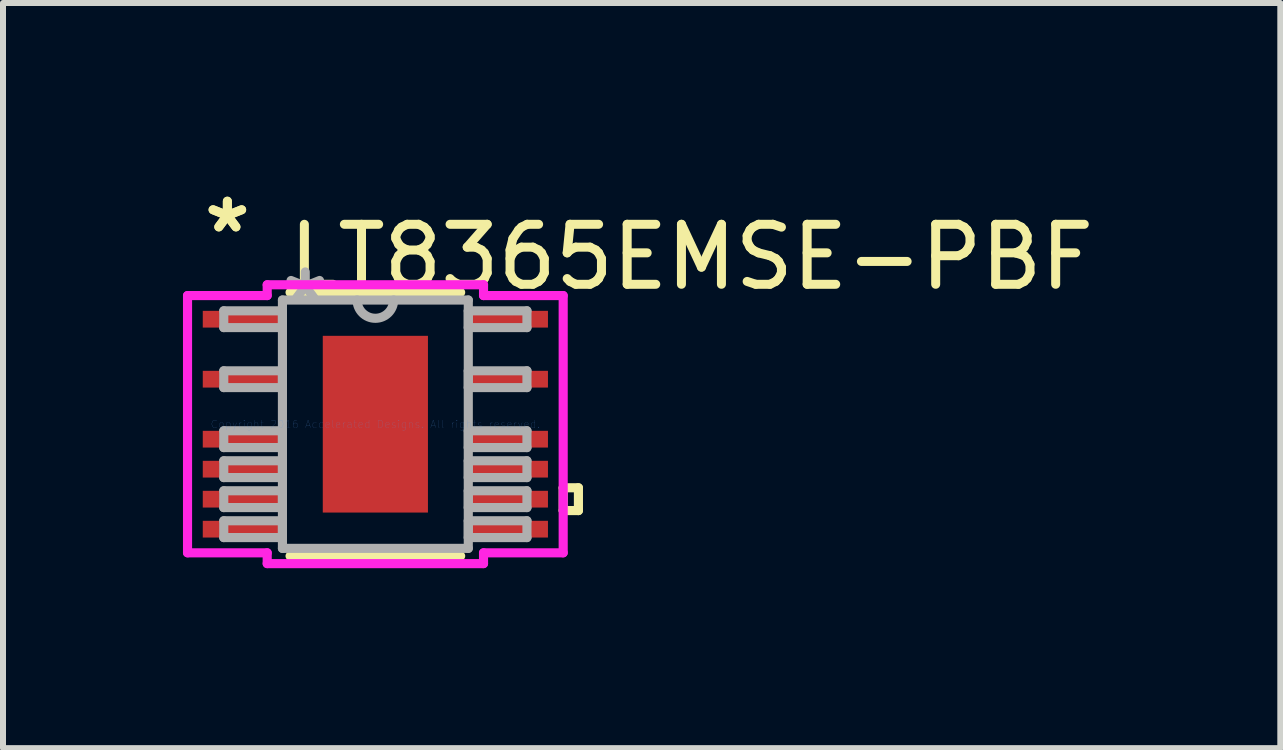
<source format=kicad_pcb>
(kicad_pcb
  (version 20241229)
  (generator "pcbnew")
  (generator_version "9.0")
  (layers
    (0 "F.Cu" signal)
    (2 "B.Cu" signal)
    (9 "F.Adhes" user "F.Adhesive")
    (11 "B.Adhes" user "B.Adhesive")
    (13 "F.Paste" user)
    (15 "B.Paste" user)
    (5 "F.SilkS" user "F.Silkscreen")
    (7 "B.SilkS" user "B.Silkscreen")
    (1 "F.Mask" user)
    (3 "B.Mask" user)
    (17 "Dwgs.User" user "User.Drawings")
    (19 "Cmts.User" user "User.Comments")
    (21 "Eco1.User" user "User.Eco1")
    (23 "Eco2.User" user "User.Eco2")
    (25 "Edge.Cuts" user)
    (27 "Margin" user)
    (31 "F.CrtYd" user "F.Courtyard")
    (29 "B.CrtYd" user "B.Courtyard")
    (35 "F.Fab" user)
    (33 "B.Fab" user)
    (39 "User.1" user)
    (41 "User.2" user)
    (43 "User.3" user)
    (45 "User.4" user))
  (footprint "LT8365EMSE-PBF"
    (layer "F.Cu")
    (at 3.207 4.021)
    (property "Reference" "LT8365EMSE-PBF" (at 5.269 -2.787 0) (layer "F.SilkS") (effects (font (size 1 1) (thickness 0.15))))
    (attr through_hole)
    (fp_line (start -1.422 2.197) (end 1.422 2.197) (stroke (width 0.152) (type solid)) (layer "F.SilkS"))
    (fp_line (start 1.422 -2.197) (end -1.422 -2.197) (stroke (width 0.152) (type solid)) (layer "F.SilkS"))
    (fp_line (start 3.131 1.06) (end 3.385 1.06) (stroke (width 0.152) (type solid)) (layer "F.SilkS"))
    (fp_line (start 3.131 1.44) (end 3.131 1.06) (stroke (width 0.152) (type solid)) (layer "F.SilkS"))
    (fp_line (start 3.385 1.06) (end 3.385 1.44) (stroke (width 0.152) (type solid)) (layer "F.SilkS"))
    (fp_line (start 3.385 1.44) (end 3.131 1.44) (stroke (width 0.152) (type solid)) (layer "F.SilkS"))
    (fp_line (start -0.776 -1.373) (end -0.776 -0.1) (stroke (width 0.152) (type solid)) (layer "F.Paste"))
    (fp_line (start -0.776 -0.1) (end 0.776 -0.1) (stroke (width 0.152) (type solid)) (layer "F.Paste"))
    (fp_line (start -0.776 0.1) (end -0.776 1.373) (stroke (width 0.152) (type solid)) (layer "F.Paste"))
    (fp_line (start -0.776 1.373) (end 0.776 1.373) (stroke (width 0.152) (type solid)) (layer "F.Paste"))
    (fp_line (start 0.776 -1.373) (end -0.776 -1.373) (stroke (width 0.152) (type solid)) (layer "F.Paste"))
    (fp_line (start 0.776 -0.1) (end 0.776 -1.373) (stroke (width 0.152) (type solid)) (layer "F.Paste"))
    (fp_line (start 0.776 0.1) (end -0.776 0.1) (stroke (width 0.152) (type solid)) (layer "F.Paste"))
    (fp_line (start 0.776 1.373) (end 0.776 0.1) (stroke (width 0.152) (type solid)) (layer "F.Paste"))
    (fp_line (start -3.131 -2.144) (end -1.803 -2.144) (stroke (width 0.152) (type solid)) (layer "F.CrtYd"))
    (fp_line (start -3.131 2.144) (end -3.131 -2.144) (stroke (width 0.152) (type solid)) (layer "F.CrtYd"))
    (fp_line (start -1.803 -2.324) (end 1.803 -2.324) (stroke (width 0.152) (type solid)) (layer "F.CrtYd"))
    (fp_line (start -1.803 -2.144) (end -1.803 -2.324) (stroke (width 0.152) (type solid)) (layer "F.CrtYd"))
    (fp_line (start -1.803 2.144) (end -3.131 2.144) (stroke (width 0.152) (type solid)) (layer "F.CrtYd"))
    (fp_line (start -1.803 2.324) (end -1.803 2.144) (stroke (width 0.152) (type solid)) (layer "F.CrtYd"))
    (fp_line (start 1.803 -2.324) (end 1.803 -2.144) (stroke (width 0.152) (type solid)) (layer "F.CrtYd"))
    (fp_line (start 1.803 -2.144) (end 3.131 -2.144) (stroke (width 0.152) (type solid)) (layer "F.CrtYd"))
    (fp_line (start 1.803 2.144) (end 1.803 2.324) (stroke (width 0.152) (type solid)) (layer "F.CrtYd"))
    (fp_line (start 1.803 2.324) (end -1.803 2.324) (stroke (width 0.152) (type solid)) (layer "F.CrtYd"))
    (fp_line (start 3.131 -2.144) (end 3.131 2.144) (stroke (width 0.152) (type solid)) (layer "F.CrtYd"))
    (fp_line (start 3.131 2.144) (end 1.803 2.144) (stroke (width 0.152) (type solid)) (layer "F.CrtYd"))
    (fp_line (start -2.527 -1.89) (end -2.527 -1.61) (stroke (width 0.152) (type solid)) (layer "F.Fab"))
    (fp_line (start -2.527 -1.61) (end -1.549 -1.61) (stroke (width 0.152) (type solid)) (layer "F.Fab"))
    (fp_line (start -2.527 -0.89) (end -2.527 -0.61) (stroke (width 0.152) (type solid)) (layer "F.Fab"))
    (fp_line (start -2.527 -0.61) (end -1.549 -0.61) (stroke (width 0.152) (type solid)) (layer "F.Fab"))
    (fp_line (start -2.527 0.11) (end -2.527 0.39) (stroke (width 0.152) (type solid)) (layer "F.Fab"))
    (fp_line (start -2.527 0.39) (end -1.549 0.39) (stroke (width 0.152) (type solid)) (layer "F.Fab"))
    (fp_line (start -2.527 0.61) (end -2.527 0.89) (stroke (width 0.152) (type solid)) (layer "F.Fab"))
    (fp_line (start -2.527 0.89) (end -1.549 0.89) (stroke (width 0.152) (type solid)) (layer "F.Fab"))
    (fp_line (start -2.527 1.11) (end -2.527 1.39) (stroke (width 0.152) (type solid)) (layer "F.Fab"))
    (fp_line (start -2.527 1.39) (end -1.549 1.39) (stroke (width 0.152) (type solid)) (layer "F.Fab"))
    (fp_line (start -2.527 1.61) (end -2.527 1.89) (stroke (width 0.152) (type solid)) (layer "F.Fab"))
    (fp_line (start -2.527 1.89) (end -1.549 1.89) (stroke (width 0.152) (type solid)) (layer "F.Fab"))
    (fp_line (start -1.549 -2.07) (end -1.549 2.07) (stroke (width 0.152) (type solid)) (layer "F.Fab"))
    (fp_line (start -1.549 -1.89) (end -2.527 -1.89) (stroke (width 0.152) (type solid)) (layer "F.Fab"))
    (fp_line (start -1.549 -1.61) (end -1.549 -1.89) (stroke (width 0.152) (type solid)) (layer "F.Fab"))
    (fp_line (start -1.549 -0.89) (end -2.527 -0.89) (stroke (width 0.152) (type solid)) (layer "F.Fab"))
    (fp_line (start -1.549 -0.61) (end -1.549 -0.89) (stroke (width 0.152) (type solid)) (layer "F.Fab"))
    (fp_line (start -1.549 0.11) (end -2.527 0.11) (stroke (width 0.152) (type solid)) (layer "F.Fab"))
    (fp_line (start -1.549 0.39) (end -1.549 0.11) (stroke (width 0.152) (type solid)) (layer "F.Fab"))
    (fp_line (start -1.549 0.61) (end -2.527 0.61) (stroke (width 0.152) (type solid)) (layer "F.Fab"))
    (fp_line (start -1.549 0.89) (end -1.549 0.61) (stroke (width 0.152) (type solid)) (layer "F.Fab"))
    (fp_line (start -1.549 1.11) (end -2.527 1.11) (stroke (width 0.152) (type solid)) (layer "F.Fab"))
    (fp_line (start -1.549 1.39) (end -1.549 1.11) (stroke (width 0.152) (type solid)) (layer "F.Fab"))
    (fp_line (start -1.549 1.61) (end -2.527 1.61) (stroke (width 0.152) (type solid)) (layer "F.Fab"))
    (fp_line (start -1.549 1.89) (end -1.549 1.61) (stroke (width 0.152) (type solid)) (layer "F.Fab"))
    (fp_line (start -1.549 2.07) (end 1.549 2.07) (stroke (width 0.152) (type solid)) (layer "F.Fab"))
    (fp_line (start 1.549 -2.07) (end -1.549 -2.07) (stroke (width 0.152) (type solid)) (layer "F.Fab"))
    (fp_line (start 1.549 -1.89) (end 1.549 -1.61) (stroke (width 0.152) (type solid)) (layer "F.Fab"))
    (fp_line (start 1.549 -1.61) (end 2.527 -1.61) (stroke (width 0.152) (type solid)) (layer "F.Fab"))
    (fp_line (start 1.549 -0.89) (end 1.549 -0.61) (stroke (width 0.152) (type solid)) (layer "F.Fab"))
    (fp_line (start 1.549 -0.61) (end 2.527 -0.61) (stroke (width 0.152) (type solid)) (layer "F.Fab"))
    (fp_line (start 1.549 0.11) (end 1.549 0.39) (stroke (width 0.152) (type solid)) (layer "F.Fab"))
    (fp_line (start 1.549 0.39) (end 2.527 0.39) (stroke (width 0.152) (type solid)) (layer "F.Fab"))
    (fp_line (start 1.549 0.61) (end 1.549 0.89) (stroke (width 0.152) (type solid)) (layer "F.Fab"))
    (fp_line (start 1.549 0.89) (end 2.527 0.89) (stroke (width 0.152) (type solid)) (layer "F.Fab"))
    (fp_line (start 1.549 1.11) (end 1.549 1.39) (stroke (width 0.152) (type solid)) (layer "F.Fab"))
    (fp_line (start 1.549 1.39) (end 2.527 1.39) (stroke (width 0.152) (type solid)) (layer "F.Fab"))
    (fp_line (start 1.549 1.61) (end 1.549 1.89) (stroke (width 0.152) (type solid)) (layer "F.Fab"))
    (fp_line (start 1.549 1.89) (end 2.527 1.89) (stroke (width 0.152) (type solid)) (layer "F.Fab"))
    (fp_line (start 1.549 2.07) (end 1.549 -2.07) (stroke (width 0.152) (type solid)) (layer "F.Fab"))
    (fp_line (start 2.527 -1.89) (end 1.549 -1.89) (stroke (width 0.152) (type solid)) (layer "F.Fab"))
    (fp_line (start 2.527 -1.61) (end 2.527 -1.89) (stroke (width 0.152) (type solid)) (layer "F.Fab"))
    (fp_line (start 2.527 -0.89) (end 1.549 -0.89) (stroke (width 0.152) (type solid)) (layer "F.Fab"))
    (fp_line (start 2.527 -0.61) (end 2.527 -0.89) (stroke (width 0.152) (type solid)) (layer "F.Fab"))
    (fp_line (start 2.527 0.11) (end 1.549 0.11) (stroke (width 0.152) (type solid)) (layer "F.Fab"))
    (fp_line (start 2.527 0.39) (end 2.527 0.11) (stroke (width 0.152) (type solid)) (layer "F.Fab"))
    (fp_line (start 2.527 0.61) (end 1.549 0.61) (stroke (width 0.152) (type solid)) (layer "F.Fab"))
    (fp_line (start 2.527 0.89) (end 2.527 0.61) (stroke (width 0.152) (type solid)) (layer "F.Fab"))
    (fp_line (start 2.527 1.11) (end 1.549 1.11) (stroke (width 0.152) (type solid)) (layer "F.Fab"))
    (fp_line (start 2.527 1.39) (end 2.527 1.11) (stroke (width 0.152) (type solid)) (layer "F.Fab"))
    (fp_line (start 2.527 1.61) (end 1.549 1.61) (stroke (width 0.152) (type solid)) (layer "F.Fab"))
    (fp_line (start 2.527 1.89) (end 2.527 1.61) (stroke (width 0.152) (type solid)) (layer "F.Fab"))
    (fp_arc (start 0.3048 -2.0701) (mid 0 -1.7653) (end -0.3048 -2.0701) (stroke (width 0.1524) (type solid)) (layer "F.Fab"))
    (fp_text user "*" (at -2.467 -3.172 0) (layer "F.SilkS") (effects (font (size 1 1) (thickness 0.15))))
    (fp_text user "*" (at -2.467 -3.172 0) (layer "F.SilkS") (effects (font (size 1 1) (thickness 0.15))))
    (fp_text user "Copyright 2016 Accelerated Designs. All rights reserved." (at 0 0 0) (layer "Cmts.User") (effects (font (size 0.127 0.127) (thickness 0.002))))
    (fp_text user "*" (at -1.168 -1.994 0) (layer "F.Fab") (effects (font (size 1 1) (thickness 0.15))))
    (pad "1" smd rect (at -2.213 -1.75) (size 1.328 0.279) (layers "F.Cu" "F.Mask" "F.Paste"))
    (pad "3" smd rect (at -2.213 -0.75) (size 1.328 0.279) (layers "F.Cu" "F.Mask" "F.Paste"))
    (pad "5" smd rect (at -2.213 0.25) (size 1.328 0.279) (layers "F.Cu" "F.Mask" "F.Paste"))
    (pad "6" smd rect (at -2.213 0.75) (size 1.328 0.279) (layers "F.Cu" "F.Mask" "F.Paste"))
    (pad "7" smd rect (at -2.213 1.25) (size 1.328 0.279) (layers "F.Cu" "F.Mask" "F.Paste"))
    (pad "8" smd rect (at -2.213 1.75) (size 1.328 0.279) (layers "F.Cu" "F.Mask" "F.Paste"))
    (pad "9" smd rect (at 2.213 1.75) (size 1.328 0.279) (layers "F.Cu" "F.Mask" "F.Paste"))
    (pad "10" smd rect (at 2.213 1.25) (size 1.328 0.279) (layers "F.Cu" "F.Mask" "F.Paste"))
    (pad "11" smd rect (at 2.213 0.75) (size 1.328 0.279) (layers "F.Cu" "F.Mask" "F.Paste"))
    (pad "12" smd rect (at 2.213 0.25) (size 1.328 0.279) (layers "F.Cu" "F.Mask" "F.Paste"))
    (pad "14" smd rect (at 2.213 -0.75) (size 1.328 0.279) (layers "F.Cu" "F.Mask" "F.Paste"))
    (pad "16" smd rect (at 2.213 -1.75) (size 1.328 0.279) (layers "F.Cu" "F.Mask" "F.Paste"))
    (pad "EPAD" smd rect (at 0 0) (size 1.753 2.946) (layers "F.Cu" "F.Mask" "F.Paste")))
  (gr_rect
    (start -3 -3)
    (end 18.292 9.421)
    (stroke (width 0.1) (type default))
    (fill no)
    (layer "Edge.Cuts")))
</source>
